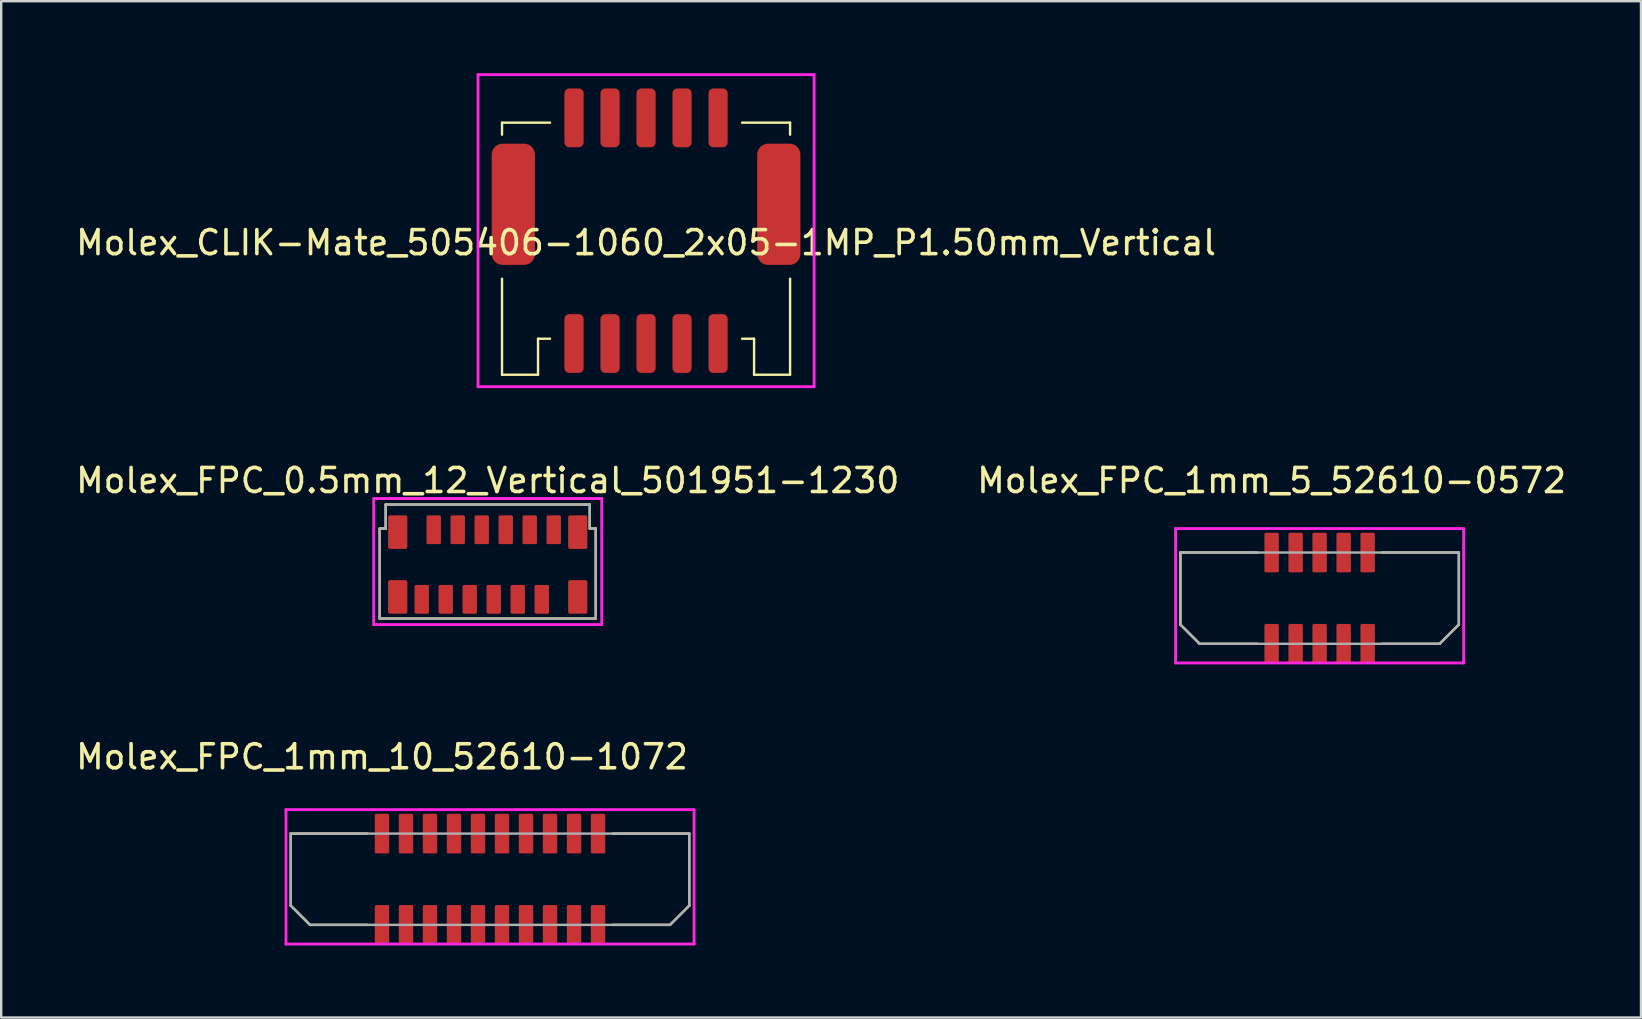
<source format=kicad_pcb>
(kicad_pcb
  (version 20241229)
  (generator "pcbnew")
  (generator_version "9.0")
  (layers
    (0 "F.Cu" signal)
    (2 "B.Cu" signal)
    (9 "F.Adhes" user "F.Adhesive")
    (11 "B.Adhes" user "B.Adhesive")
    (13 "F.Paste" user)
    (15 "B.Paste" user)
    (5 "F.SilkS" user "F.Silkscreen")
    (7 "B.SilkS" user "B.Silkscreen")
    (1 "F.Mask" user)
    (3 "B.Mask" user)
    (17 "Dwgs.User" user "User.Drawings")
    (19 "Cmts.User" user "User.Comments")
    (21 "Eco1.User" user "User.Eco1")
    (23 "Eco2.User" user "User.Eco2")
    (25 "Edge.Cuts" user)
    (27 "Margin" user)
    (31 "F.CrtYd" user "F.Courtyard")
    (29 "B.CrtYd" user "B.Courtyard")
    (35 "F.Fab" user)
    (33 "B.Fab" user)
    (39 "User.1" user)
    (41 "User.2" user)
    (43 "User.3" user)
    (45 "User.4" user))
  (footprint "Molex_FPC_1mm_5_52610-0572"
    (layer "F.Cu")
    (at 49.923 19.968)
    (property "Reference" "Molex_FPC_1mm_5_52610-0572" (at 0 -3 0) (unlocked yes) (layer "F.SilkS") (effects (font (size 1 1) (thickness 0.15))))
    (fp_line (start -3.8 0) (end -3.8 3) (stroke (width 0.1) (type solid)) (layer "F.SilkS"))
    (fp_line (start -3.8 3) (end -3 3.8) (stroke (width 0.1) (type solid)) (layer "F.SilkS"))
    (fp_line (start -3 3.8) (end -0.6 3.8) (stroke (width 0.1) (type solid)) (layer "F.SilkS"))
    (fp_line (start -0.6 0) (end -3.8 0) (stroke (width 0.1) (type solid)) (layer "F.SilkS"))
    (fp_line (start 4.6 0) (end 7.8 0) (stroke (width 0.1) (type solid)) (layer "F.SilkS"))
    (fp_line (start 7 3.8) (end 4.6 3.8) (stroke (width 0.1) (type solid)) (layer "F.SilkS"))
    (fp_line (start 7.8 0) (end 7.8 3) (stroke (width 0.1) (type solid)) (layer "F.SilkS"))
    (fp_line (start 7.8 3) (end 7 3.8) (stroke (width 0.1) (type solid)) (layer "F.SilkS"))
    (fp_line (start -4 -1) (end -4 4.6) (stroke (width 0.12) (type solid)) (layer "F.CrtYd"))
    (fp_line (start -4 4.6) (end 8 4.6) (stroke (width 0.12) (type solid)) (layer "F.CrtYd"))
    (fp_line (start 8 -1) (end -4 -1) (stroke (width 0.12) (type solid)) (layer "F.CrtYd"))
    (fp_line (start 8 4.6) (end 8 -1) (stroke (width 0.12) (type solid)) (layer "F.CrtYd"))
    (fp_line (start -3.8 0) (end 7.8 0) (stroke (width 0.1) (type solid)) (layer "F.Fab"))
    (fp_line (start -3.8 3) (end -3.8 0) (stroke (width 0.1) (type solid)) (layer "F.Fab"))
    (fp_line (start -3 3.8) (end -3.8 3) (stroke (width 0.1) (type solid)) (layer "F.Fab"))
    (fp_line (start 7 3.8) (end -3 3.8) (stroke (width 0.1) (type solid)) (layer "F.Fab"))
    (fp_line (start 7.8 0) (end 7.8 3) (stroke (width 0.1) (type solid)) (layer "F.Fab"))
    (fp_line (start 7.8 3) (end 7 3.8) (stroke (width 0.1) (type solid)) (layer "F.Fab"))
    (pad "1" smd roundrect (at 0 0) (size 0.6 1.65) (layers "F.Cu" "F.Mask" "F.Paste") (roundrect_rratio 0.1))
    (pad "1" smd roundrect (at 0 3.8) (size 0.6 1.65) (layers "F.Cu" "F.Mask" "F.Paste") (roundrect_rratio 0.1))
    (pad "2" smd roundrect (at 1 0) (size 0.6 1.65) (layers "F.Cu" "F.Mask" "F.Paste") (roundrect_rratio 0.1))
    (pad "2" smd roundrect (at 1 3.8) (size 0.6 1.65) (layers "F.Cu" "F.Mask" "F.Paste") (roundrect_rratio 0.1))
    (pad "3" smd roundrect (at 2 0) (size 0.6 1.65) (layers "F.Cu" "F.Mask" "F.Paste") (roundrect_rratio 0.1))
    (pad "3" smd roundrect (at 2 3.8) (size 0.6 1.65) (layers "F.Cu" "F.Mask" "F.Paste") (roundrect_rratio 0.1))
    (pad "4" smd roundrect (at 3 0) (size 0.6 1.65) (layers "F.Cu" "F.Mask" "F.Paste") (roundrect_rratio 0.1))
    (pad "4" smd roundrect (at 3 3.8) (size 0.6 1.65) (layers "F.Cu" "F.Mask" "F.Paste") (roundrect_rratio 0.1))
    (pad "5" smd roundrect (at 4 0) (size 0.6 1.65) (layers "F.Cu" "F.Mask" "F.Paste") (roundrect_rratio 0.1))
    (pad "5" smd roundrect (at 4 3.8) (size 0.6 1.65) (layers "F.Cu" "F.Mask" "F.Paste") (roundrect_rratio 0.1)))
  (footprint "Molex_FPC_0.5mm_12_Vertical_501951-1230"
    (layer "F.Cu")
    (at 17.268 20.468)
    (property "Reference" "Molex_FPC_0.5mm_12_Vertical_501951-1230" (at 0 -3.5 0) (unlocked yes) (layer "F.SilkS") (effects (font (size 1 1) (thickness 0.15))))
    (fp_line (start -4.5 -1.5) (end -4.25 -1.5) (stroke (width 0.1) (type solid)) (layer "F.SilkS"))
    (fp_line (start -4.5 2.25) (end -4.5 -1.5) (stroke (width 0.1) (type solid)) (layer "F.SilkS"))
    (fp_line (start -4.25 -2.5) (end 4.25 -2.5) (stroke (width 0.1) (type solid)) (layer "F.SilkS"))
    (fp_line (start -4.25 -1.5) (end -4.25 -2.5) (stroke (width 0.1) (type solid)) (layer "F.SilkS"))
    (fp_line (start 4.25 -2.5) (end 4.25 -1.5) (stroke (width 0.1) (type solid)) (layer "F.SilkS"))
    (fp_line (start 4.25 -1.5) (end 4.5 -1.5) (stroke (width 0.1) (type solid)) (layer "F.SilkS"))
    (fp_line (start 4.5 -1.5) (end 4.5 2.25) (stroke (width 0.1) (type solid)) (layer "F.SilkS"))
    (fp_line (start 4.5 2.25) (end -4.5 2.25) (stroke (width 0.1) (type solid)) (layer "F.SilkS"))
    (fp_line (start -4.75 -2.75) (end 4.75 -2.75) (stroke (width 0.12) (type solid)) (layer "F.CrtYd"))
    (fp_line (start -4.75 2.5) (end -4.75 -2.75) (stroke (width 0.12) (type solid)) (layer "F.CrtYd"))
    (fp_line (start 4.75 -2.75) (end 4.75 2.5) (stroke (width 0.12) (type solid)) (layer "F.CrtYd"))
    (fp_line (start 4.75 2.5) (end -4.75 2.5) (stroke (width 0.12) (type solid)) (layer "F.CrtYd"))
    (fp_line (start -4.5 -1.5) (end -4.25 -1.5) (stroke (width 0.1) (type solid)) (layer "F.Fab"))
    (fp_line (start -4.5 2.25) (end -4.5 -1.5) (stroke (width 0.1) (type solid)) (layer "F.Fab"))
    (fp_line (start -4.25 -2.5) (end 4.25 -2.5) (stroke (width 0.1) (type solid)) (layer "F.Fab"))
    (fp_line (start -4.25 -1.5) (end -4.25 -2.5) (stroke (width 0.1) (type solid)) (layer "F.Fab"))
    (fp_line (start 4.25 -2.5) (end 4.25 -1.5) (stroke (width 0.1) (type solid)) (layer "F.Fab"))
    (fp_line (start 4.25 -1.5) (end 4.5 -1.5) (stroke (width 0.1) (type solid)) (layer "F.Fab"))
    (fp_line (start 4.5 -1.5) (end 4.5 2.25) (stroke (width 0.1) (type solid)) (layer "F.Fab"))
    (fp_line (start 4.5 2.25) (end -4.5 2.25) (stroke (width 0.1) (type solid)) (layer "F.Fab"))
    (pad "" smd roundrect (at -3.75 -1.35) (size 0.8 1.4) (layers "F.Cu" "F.Mask" "F.Paste") (roundrect_rratio 0.1))
    (pad "" smd roundrect (at -3.75 1.35) (size 0.8 1.4) (layers "F.Cu" "F.Mask" "F.Paste") (roundrect_rratio 0.1))
    (pad "" smd roundrect (at 3.75 -1.35) (size 0.8 1.4) (layers "F.Cu" "F.Mask" "F.Paste") (roundrect_rratio 0.1))
    (pad "" smd roundrect (at 3.75 1.35) (size 0.8 1.4) (layers "F.Cu" "F.Mask" "F.Paste") (roundrect_rratio 0.1))
    (pad "1" smd roundrect (at -2.75 1.45) (size 0.6 1.2) (layers "F.Cu" "F.Mask" "F.Paste") (roundrect_rratio 0.1))
    (pad "2" smd roundrect (at -2.25 -1.45) (size 0.6 1.2) (layers "F.Cu" "F.Mask" "F.Paste") (roundrect_rratio 0.1))
    (pad "3" smd roundrect (at -1.75 1.45) (size 0.6 1.2) (layers "F.Cu" "F.Mask" "F.Paste") (roundrect_rratio 0.1))
    (pad "4" smd roundrect (at -1.25 -1.45) (size 0.6 1.2) (layers "F.Cu" "F.Mask" "F.Paste") (roundrect_rratio 0.1))
    (pad "5" smd roundrect (at -0.75 1.45) (size 0.6 1.2) (layers "F.Cu" "F.Mask" "F.Paste") (roundrect_rratio 0.1))
    (pad "6" smd roundrect (at -0.25 -1.45) (size 0.6 1.2) (layers "F.Cu" "F.Mask" "F.Paste") (roundrect_rratio 0.1))
    (pad "7" smd roundrect (at 0.25 1.45) (size 0.6 1.2) (layers "F.Cu" "F.Mask" "F.Paste") (roundrect_rratio 0.1))
    (pad "8" smd roundrect (at 0.75 -1.45) (size 0.6 1.2) (layers "F.Cu" "F.Mask" "F.Paste") (roundrect_rratio 0.1))
    (pad "9" smd roundrect (at 1.25 1.45) (size 0.6 1.2) (layers "F.Cu" "F.Mask" "F.Paste") (roundrect_rratio 0.1))
    (pad "10" smd roundrect (at 1.75 -1.45) (size 0.6 1.2) (layers "F.Cu" "F.Mask" "F.Paste") (roundrect_rratio 0.1))
    (pad "11" smd roundrect (at 2.25 1.45) (size 0.6 1.2) (layers "F.Cu" "F.Mask" "F.Paste") (roundrect_rratio 0.1))
    (pad "12" smd roundrect (at 2.75 -1.45) (size 0.6 1.2) (layers "F.Cu" "F.Mask" "F.Paste") (roundrect_rratio 0.1)))
  (footprint "Molex_CLIK-Mate_505406-1060_2x05-1MP_P1.50mm_Vertical"
    (layer "F.Cu")
    (at 23.863 6.56)
    (property "Reference" "Molex_CLIK-Mate_505406-1060_2x05-1MP_P1.50mm_Vertical" (at 0 0.5 0) (layer "F.SilkS") (effects (font (size 1 1) (thickness 0.15))))
    (attr through_hole)
    (fp_line (start -6 -4.5) (end -6 -4) (stroke (width 0.1) (type solid)) (layer "F.SilkS"))
    (fp_line (start -6 -4.5) (end -4 -4.5) (stroke (width 0.1) (type solid)) (layer "F.SilkS"))
    (fp_line (start -6 6) (end -6 2) (stroke (width 0.1) (type solid)) (layer "F.SilkS"))
    (fp_line (start -4.5 4.5) (end -4.5 6) (stroke (width 0.1) (type solid)) (layer "F.SilkS"))
    (fp_line (start -4.5 6) (end -6 6) (stroke (width 0.1) (type solid)) (layer "F.SilkS"))
    (fp_line (start -4 4.5) (end -4.5 4.5) (stroke (width 0.1) (type solid)) (layer "F.SilkS"))
    (fp_line (start 4 -4.5) (end 6 -4.5) (stroke (width 0.1) (type solid)) (layer "F.SilkS"))
    (fp_line (start 4.5 4.5) (end 4 4.5) (stroke (width 0.1) (type solid)) (layer "F.SilkS"))
    (fp_line (start 4.5 6) (end 4.5 4.5) (stroke (width 0.1) (type solid)) (layer "F.SilkS"))
    (fp_line (start 6 -4.5) (end 6 -4) (stroke (width 0.1) (type solid)) (layer "F.SilkS"))
    (fp_line (start 6 2) (end 6 6) (stroke (width 0.1) (type solid)) (layer "F.SilkS"))
    (fp_line (start 6 6) (end 4.5 6) (stroke (width 0.1) (type solid)) (layer "F.SilkS"))
    (fp_line (start -7 -6.5) (end 7 -6.5) (stroke (width 0.12) (type solid)) (layer "F.CrtYd"))
    (fp_line (start -7 6.5) (end -7 -6.5) (stroke (width 0.12) (type solid)) (layer "F.CrtYd"))
    (fp_line (start 7 -6.5) (end 7 6.5) (stroke (width 0.12) (type solid)) (layer "F.CrtYd"))
    (fp_line (start 7 6.5) (end -7 6.5) (stroke (width 0.12) (type solid)) (layer "F.CrtYd"))
    (pad "1" smd roundrect (at 3 4.7) (size 0.8 2.45) (layers "F.Cu" "F.Mask" "F.Paste") (roundrect_rratio 0.25))
    (pad "2" smd roundrect (at 3 -4.7) (size 0.8 2.45) (layers "F.Cu" "F.Mask" "F.Paste") (roundrect_rratio 0.25))
    (pad "3" smd roundrect (at 1.5 4.7) (size 0.8 2.45) (layers "F.Cu" "F.Mask" "F.Paste") (roundrect_rratio 0.25))
    (pad "4" smd roundrect (at 1.5 -4.7) (size 0.8 2.45) (layers "F.Cu" "F.Mask" "F.Paste") (roundrect_rratio 0.25))
    (pad "5" smd roundrect (at 0 4.7) (size 0.8 2.45) (layers "F.Cu" "F.Mask" "F.Paste") (roundrect_rratio 0.25))
    (pad "6" smd roundrect (at 0 -4.7) (size 0.8 2.45) (layers "F.Cu" "F.Mask" "F.Paste") (roundrect_rratio 0.25))
    (pad "7" smd roundrect (at -1.5 4.7) (size 0.8 2.45) (layers "F.Cu" "F.Mask" "F.Paste") (roundrect_rratio 0.25))
    (pad "8" smd roundrect (at -1.5 -4.7) (size 0.8 2.45) (layers "F.Cu" "F.Mask" "F.Paste") (roundrect_rratio 0.25))
    (pad "9" smd roundrect (at -3 4.7) (size 0.8 2.45) (layers "F.Cu" "F.Mask" "F.Paste") (roundrect_rratio 0.25))
    (pad "10" smd roundrect (at -3 -4.7) (size 0.8 2.45) (layers "F.Cu" "F.Mask" "F.Paste") (roundrect_rratio 0.25))
    (pad "MP" smd roundrect (at -5.53 -1.1) (size 1.8 5.05) (layers "F.Cu" "F.Mask" "F.Paste") (roundrect_rratio 0.25))
    (pad "MP" smd roundrect (at 5.53 -1.1) (size 1.8 5.05) (layers "F.Cu" "F.Mask" "F.Paste") (roundrect_rratio 0.25)))
  (footprint "Molex_FPC_1mm_10_52610-1072"
    (layer "F.Cu")
    (at 12.863 31.677)
    (property "Reference" "Molex_FPC_1mm_10_52610-1072" (at 0 -3.2 0) (unlocked yes) (layer "F.SilkS") (effects (font (size 1 1) (thickness 0.15))))
    (fp_line (start -3.8 0) (end -3.8 3) (stroke (width 0.1) (type solid)) (layer "F.SilkS"))
    (fp_line (start -3.8 3) (end -3 3.8) (stroke (width 0.1) (type solid)) (layer "F.SilkS"))
    (fp_line (start -3 3.8) (end -0.6 3.8) (stroke (width 0.1) (type solid)) (layer "F.SilkS"))
    (fp_line (start -0.6 0) (end -3.8 0) (stroke (width 0.1) (type solid)) (layer "F.SilkS"))
    (fp_line (start 9.6 0) (end 12.8 0) (stroke (width 0.1) (type solid)) (layer "F.SilkS"))
    (fp_line (start 12 3.8) (end 9.6 3.8) (stroke (width 0.1) (type solid)) (layer "F.SilkS"))
    (fp_line (start 12.8 0) (end 12.8 3) (stroke (width 0.1) (type solid)) (layer "F.SilkS"))
    (fp_line (start 12.8 3) (end 12 3.8) (stroke (width 0.1) (type solid)) (layer "F.SilkS"))
    (fp_line (start -4 -1) (end -4 4.6) (stroke (width 0.12) (type solid)) (layer "F.CrtYd"))
    (fp_line (start -4 4.6) (end 13 4.6) (stroke (width 0.12) (type solid)) (layer "F.CrtYd"))
    (fp_line (start 13 -1) (end -4 -1) (stroke (width 0.12) (type solid)) (layer "F.CrtYd"))
    (fp_line (start 13 4.6) (end 13 -1) (stroke (width 0.12) (type solid)) (layer "F.CrtYd"))
    (fp_line (start -3.8 0) (end 12.8 0) (stroke (width 0.1) (type solid)) (layer "F.Fab"))
    (fp_line (start -3.8 3) (end -3.8 0) (stroke (width 0.1) (type solid)) (layer "F.Fab"))
    (fp_line (start -3 3.8) (end -3.8 3) (stroke (width 0.1) (type solid)) (layer "F.Fab"))
    (fp_line (start 12 3.8) (end -3 3.8) (stroke (width 0.1) (type solid)) (layer "F.Fab"))
    (fp_line (start 12.8 0) (end 12.8 3) (stroke (width 0.1) (type solid)) (layer "F.Fab"))
    (fp_line (start 12.8 3) (end 12 3.8) (stroke (width 0.1) (type solid)) (layer "F.Fab"))
    (pad "1" smd roundrect (at 0 0) (size 0.6 1.65) (layers "F.Cu" "F.Mask" "F.Paste") (roundrect_rratio 0.1))
    (pad "1" smd roundrect (at 0 3.8) (size 0.6 1.65) (layers "F.Cu" "F.Mask" "F.Paste") (roundrect_rratio 0.1))
    (pad "2" smd roundrect (at 1 0) (size 0.6 1.65) (layers "F.Cu" "F.Mask" "F.Paste") (roundrect_rratio 0.1))
    (pad "2" smd roundrect (at 1 3.8) (size 0.6 1.65) (layers "F.Cu" "F.Mask" "F.Paste") (roundrect_rratio 0.1))
    (pad "3" smd roundrect (at 2 0) (size 0.6 1.65) (layers "F.Cu" "F.Mask" "F.Paste") (roundrect_rratio 0.1))
    (pad "3" smd roundrect (at 2 3.8) (size 0.6 1.65) (layers "F.Cu" "F.Mask" "F.Paste") (roundrect_rratio 0.1))
    (pad "4" smd roundrect (at 3 0) (size 0.6 1.65) (layers "F.Cu" "F.Mask" "F.Paste") (roundrect_rratio 0.1))
    (pad "4" smd roundrect (at 3 3.8) (size 0.6 1.65) (layers "F.Cu" "F.Mask" "F.Paste") (roundrect_rratio 0.1))
    (pad "5" smd roundrect (at 4 0) (size 0.6 1.65) (layers "F.Cu" "F.Mask" "F.Paste") (roundrect_rratio 0.1))
    (pad "5" smd roundrect (at 4 3.8) (size 0.6 1.65) (layers "F.Cu" "F.Mask" "F.Paste") (roundrect_rratio 0.1))
    (pad "6" smd roundrect (at 5 0) (size 0.6 1.65) (layers "F.Cu" "F.Mask" "F.Paste") (roundrect_rratio 0.1))
    (pad "6" smd roundrect (at 5 3.8) (size 0.6 1.65) (layers "F.Cu" "F.Mask" "F.Paste") (roundrect_rratio 0.1))
    (pad "7" smd roundrect (at 6 0) (size 0.6 1.65) (layers "F.Cu" "F.Mask" "F.Paste") (roundrect_rratio 0.1))
    (pad "7" smd roundrect (at 6 3.8) (size 0.6 1.65) (layers "F.Cu" "F.Mask" "F.Paste") (roundrect_rratio 0.1))
    (pad "8" smd roundrect (at 7 0) (size 0.6 1.65) (layers "F.Cu" "F.Mask" "F.Paste") (roundrect_rratio 0.1))
    (pad "8" smd roundrect (at 7 3.8) (size 0.6 1.65) (layers "F.Cu" "F.Mask" "F.Paste") (roundrect_rratio 0.1))
    (pad "9" smd roundrect (at 8 0) (size 0.6 1.65) (layers "F.Cu" "F.Mask" "F.Paste") (roundrect_rratio 0.1))
    (pad "9" smd roundrect (at 8 3.8) (size 0.6 1.65) (layers "F.Cu" "F.Mask" "F.Paste") (roundrect_rratio 0.1))
    (pad "10" smd roundrect (at 9 0) (size 0.6 1.65) (layers "F.Cu" "F.Mask" "F.Paste") (roundrect_rratio 0.1))
    (pad "10" smd roundrect (at 9 3.8) (size 0.6 1.65) (layers "F.Cu" "F.Mask" "F.Paste") (roundrect_rratio 0.1)))
  (gr_rect
    (start -3 -3)
    (end 65.31 39.337)
    (stroke (width 0.1) (type default))
    (fill no)
    (layer "Edge.Cuts")))
</source>
